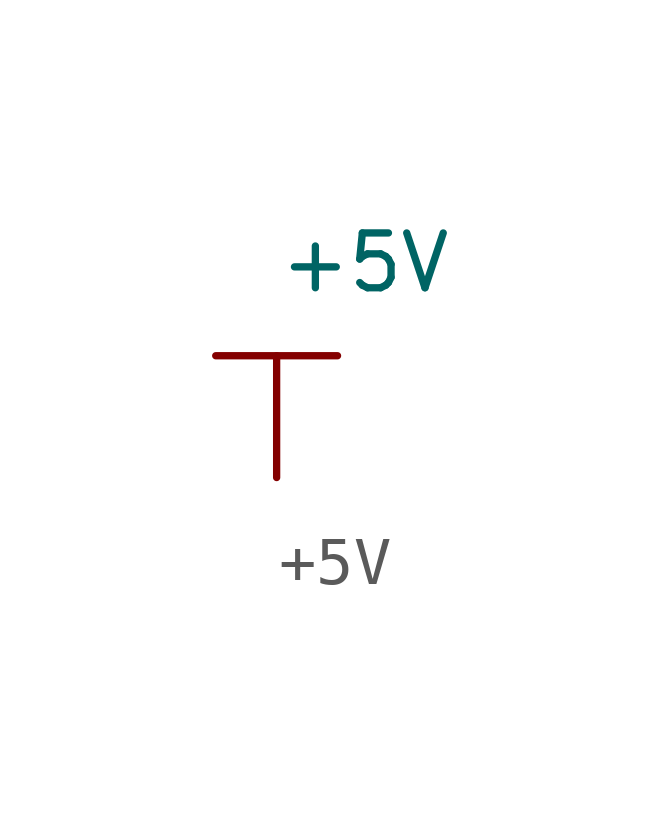
<source format=kicad_sym>
(kicad_symbol_lib
  (version 20211014)
  (generator kicad_symbol_editor)
  (symbol "+5V"
    (power)
    (pin_numbers hide)
    (pin_names
      (offset 1.016) hide)
    (property "Reference" "#SUPPLY"
      (at 0 0 0)
      (effects (font (size 1.143 1.143)) (justify left bottom) hide))
    (property "Value" "+5V"
      (at 0 3.81 0)
      (effects (font (size 1.143 1.143)) (justify left bottom)))
    (property "ki_locked" ""
      (at 0 0 0)
      (effects (font (size 1.27 1.27))))
    (symbol "+5V_1_0"
      (polyline (pts (xy -1.27 2.54) (xy 1.27 2.54)) (stroke (width 0) (type default) (color 0 0 0 0)) (fill (type none)))
      (polyline (pts (xy 0 0) (xy 0 2.54)) (stroke (width 0) (type default) (color 0 0 0 0)) (fill (type none))))
    (symbol "+5V_1_1"
      (pin power_in line (at 0 0 90) (length 2.54) hide (name "+5V" (effects (font (size 1.016 1.016)))) (number "~" (effects (font (size 1.016 1.016))))))))
</source>
